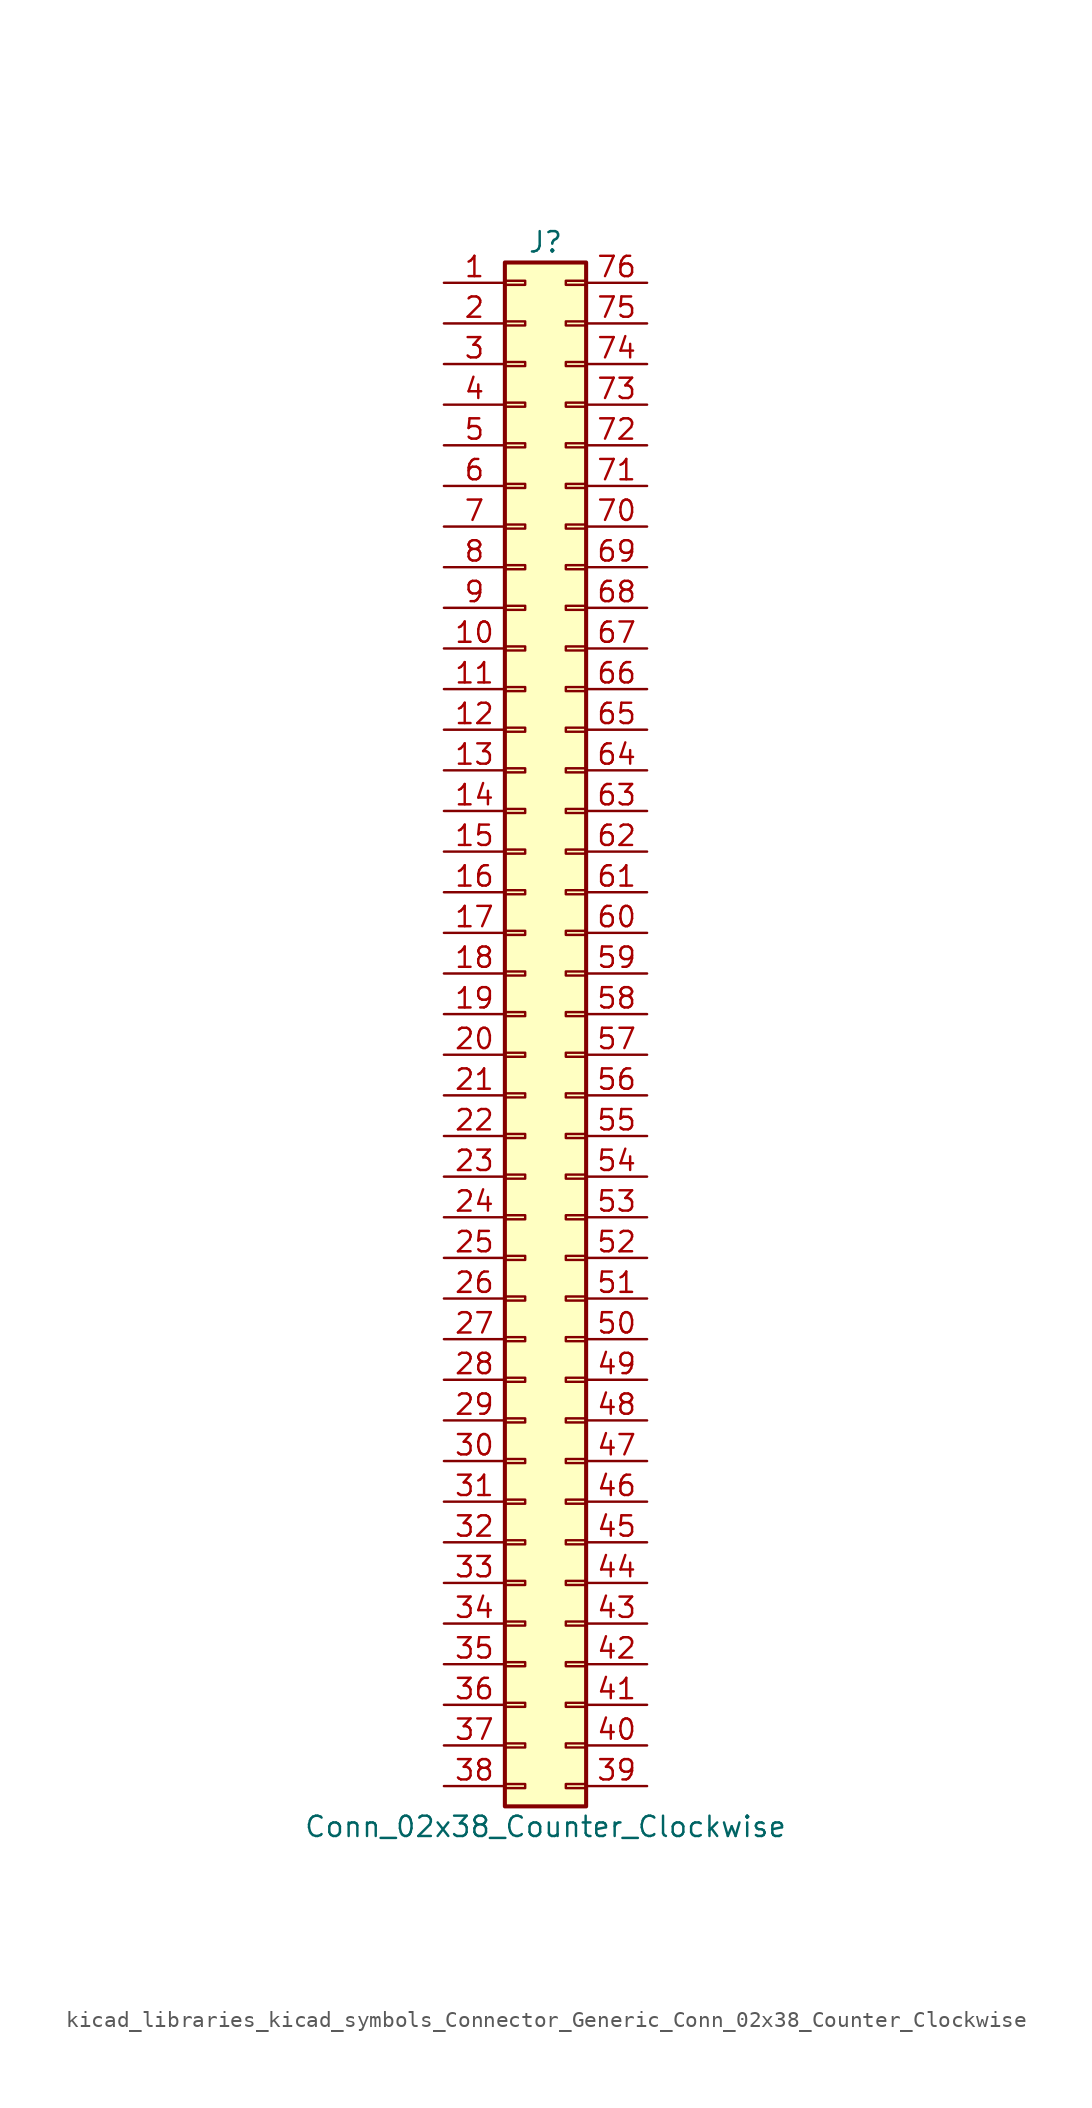
<source format=kicad_sym>
(kicad_symbol_lib
  (version 20220914)
  (generator kicad_symbol_editor)
  (symbol "kicad_libraries_kicad_symbols_Connector_Generic_Conn_02x38_Counter_Clockwise"
    (pin_names
      (offset 1.016) hide)
    (property "Reference" "J"
      (at 1.27 48.26 0)
      (effects (font (size 1.27 1.27))))
    (property "Value" "Conn_02x38_Counter_Clockwise"
      (at 1.27 -50.8 0)
      (effects (font (size 1.27 1.27))))
    (symbol "kicad_libraries_kicad_symbols_Connector_Generic_Conn_02x38_Counter_Clockwise_1_1"
      (rectangle (start -1.27 -48.133) (end 0 -48.387) (stroke (width 0.152) (type default)) (fill (type none)))
      (rectangle (start -1.27 -45.593) (end 0 -45.847) (stroke (width 0.152) (type default)) (fill (type none)))
      (rectangle (start -1.27 -43.053) (end 0 -43.307) (stroke (width 0.152) (type default)) (fill (type none)))
      (rectangle (start -1.27 -40.513) (end 0 -40.767) (stroke (width 0.152) (type default)) (fill (type none)))
      (rectangle (start -1.27 -37.973) (end 0 -38.227) (stroke (width 0.152) (type default)) (fill (type none)))
      (rectangle (start -1.27 -35.433) (end 0 -35.687) (stroke (width 0.152) (type default)) (fill (type none)))
      (rectangle (start -1.27 -32.893) (end 0 -33.147) (stroke (width 0.152) (type default)) (fill (type none)))
      (rectangle (start -1.27 -30.353) (end 0 -30.607) (stroke (width 0.152) (type default)) (fill (type none)))
      (rectangle (start -1.27 -27.813) (end 0 -28.067) (stroke (width 0.152) (type default)) (fill (type none)))
      (rectangle (start -1.27 -25.273) (end 0 -25.527) (stroke (width 0.152) (type default)) (fill (type none)))
      (rectangle (start -1.27 -22.733) (end 0 -22.987) (stroke (width 0.152) (type default)) (fill (type none)))
      (rectangle (start -1.27 -20.193) (end 0 -20.447) (stroke (width 0.152) (type default)) (fill (type none)))
      (rectangle (start -1.27 -17.653) (end 0 -17.907) (stroke (width 0.152) (type default)) (fill (type none)))
      (rectangle (start -1.27 -15.113) (end 0 -15.367) (stroke (width 0.152) (type default)) (fill (type none)))
      (rectangle (start -1.27 -12.573) (end 0 -12.827) (stroke (width 0.152) (type default)) (fill (type none)))
      (rectangle (start -1.27 -10.033) (end 0 -10.287) (stroke (width 0.152) (type default)) (fill (type none)))
      (rectangle (start -1.27 -7.493) (end 0 -7.747) (stroke (width 0.152) (type default)) (fill (type none)))
      (rectangle (start -1.27 -4.953) (end 0 -5.207) (stroke (width 0.152) (type default)) (fill (type none)))
      (rectangle (start -1.27 -2.413) (end 0 -2.667) (stroke (width 0.152) (type default)) (fill (type none)))
      (rectangle (start -1.27 0.127) (end 0 -0.127) (stroke (width 0.152) (type default)) (fill (type none)))
      (rectangle (start -1.27 2.667) (end 0 2.413) (stroke (width 0.152) (type default)) (fill (type none)))
      (rectangle (start -1.27 5.207) (end 0 4.953) (stroke (width 0.152) (type default)) (fill (type none)))
      (rectangle (start -1.27 7.747) (end 0 7.493) (stroke (width 0.152) (type default)) (fill (type none)))
      (rectangle (start -1.27 10.287) (end 0 10.033) (stroke (width 0.152) (type default)) (fill (type none)))
      (rectangle (start -1.27 12.827) (end 0 12.573) (stroke (width 0.152) (type default)) (fill (type none)))
      (rectangle (start -1.27 15.367) (end 0 15.113) (stroke (width 0.152) (type default)) (fill (type none)))
      (rectangle (start -1.27 17.907) (end 0 17.653) (stroke (width 0.152) (type default)) (fill (type none)))
      (rectangle (start -1.27 20.447) (end 0 20.193) (stroke (width 0.152) (type default)) (fill (type none)))
      (rectangle (start -1.27 22.987) (end 0 22.733) (stroke (width 0.152) (type default)) (fill (type none)))
      (rectangle (start -1.27 25.527) (end 0 25.273) (stroke (width 0.152) (type default)) (fill (type none)))
      (rectangle (start -1.27 28.067) (end 0 27.813) (stroke (width 0.152) (type default)) (fill (type none)))
      (rectangle (start -1.27 30.607) (end 0 30.353) (stroke (width 0.152) (type default)) (fill (type none)))
      (rectangle (start -1.27 33.147) (end 0 32.893) (stroke (width 0.152) (type default)) (fill (type none)))
      (rectangle (start -1.27 35.687) (end 0 35.433) (stroke (width 0.152) (type default)) (fill (type none)))
      (rectangle (start -1.27 38.227) (end 0 37.973) (stroke (width 0.152) (type default)) (fill (type none)))
      (rectangle (start -1.27 40.767) (end 0 40.513) (stroke (width 0.152) (type default)) (fill (type none)))
      (rectangle (start -1.27 43.307) (end 0 43.053) (stroke (width 0.152) (type default)) (fill (type none)))
      (rectangle (start -1.27 45.847) (end 0 45.593) (stroke (width 0.152) (type default)) (fill (type none)))
      (rectangle (start -1.27 46.99) (end 3.81 -49.53) (stroke (width 0.254) (type default)) (fill (type background)))
      (rectangle (start 3.81 -48.133) (end 2.54 -48.387) (stroke (width 0.152) (type default)) (fill (type none)))
      (rectangle (start 3.81 -45.593) (end 2.54 -45.847) (stroke (width 0.152) (type default)) (fill (type none)))
      (rectangle (start 3.81 -43.053) (end 2.54 -43.307) (stroke (width 0.152) (type default)) (fill (type none)))
      (rectangle (start 3.81 -40.513) (end 2.54 -40.767) (stroke (width 0.152) (type default)) (fill (type none)))
      (rectangle (start 3.81 -37.973) (end 2.54 -38.227) (stroke (width 0.152) (type default)) (fill (type none)))
      (rectangle (start 3.81 -35.433) (end 2.54 -35.687) (stroke (width 0.152) (type default)) (fill (type none)))
      (rectangle (start 3.81 -32.893) (end 2.54 -33.147) (stroke (width 0.152) (type default)) (fill (type none)))
      (rectangle (start 3.81 -30.353) (end 2.54 -30.607) (stroke (width 0.152) (type default)) (fill (type none)))
      (rectangle (start 3.81 -27.813) (end 2.54 -28.067) (stroke (width 0.152) (type default)) (fill (type none)))
      (rectangle (start 3.81 -25.273) (end 2.54 -25.527) (stroke (width 0.152) (type default)) (fill (type none)))
      (rectangle (start 3.81 -22.733) (end 2.54 -22.987) (stroke (width 0.152) (type default)) (fill (type none)))
      (rectangle (start 3.81 -20.193) (end 2.54 -20.447) (stroke (width 0.152) (type default)) (fill (type none)))
      (rectangle (start 3.81 -17.653) (end 2.54 -17.907) (stroke (width 0.152) (type default)) (fill (type none)))
      (rectangle (start 3.81 -15.113) (end 2.54 -15.367) (stroke (width 0.152) (type default)) (fill (type none)))
      (rectangle (start 3.81 -12.573) (end 2.54 -12.827) (stroke (width 0.152) (type default)) (fill (type none)))
      (rectangle (start 3.81 -10.033) (end 2.54 -10.287) (stroke (width 0.152) (type default)) (fill (type none)))
      (rectangle (start 3.81 -7.493) (end 2.54 -7.747) (stroke (width 0.152) (type default)) (fill (type none)))
      (rectangle (start 3.81 -4.953) (end 2.54 -5.207) (stroke (width 0.152) (type default)) (fill (type none)))
      (rectangle (start 3.81 -2.413) (end 2.54 -2.667) (stroke (width 0.152) (type default)) (fill (type none)))
      (rectangle (start 3.81 0.127) (end 2.54 -0.127) (stroke (width 0.152) (type default)) (fill (type none)))
      (rectangle (start 3.81 2.667) (end 2.54 2.413) (stroke (width 0.152) (type default)) (fill (type none)))
      (rectangle (start 3.81 5.207) (end 2.54 4.953) (stroke (width 0.152) (type default)) (fill (type none)))
      (rectangle (start 3.81 7.747) (end 2.54 7.493) (stroke (width 0.152) (type default)) (fill (type none)))
      (rectangle (start 3.81 10.287) (end 2.54 10.033) (stroke (width 0.152) (type default)) (fill (type none)))
      (rectangle (start 3.81 12.827) (end 2.54 12.573) (stroke (width 0.152) (type default)) (fill (type none)))
      (rectangle (start 3.81 15.367) (end 2.54 15.113) (stroke (width 0.152) (type default)) (fill (type none)))
      (rectangle (start 3.81 17.907) (end 2.54 17.653) (stroke (width 0.152) (type default)) (fill (type none)))
      (rectangle (start 3.81 20.447) (end 2.54 20.193) (stroke (width 0.152) (type default)) (fill (type none)))
      (rectangle (start 3.81 22.987) (end 2.54 22.733) (stroke (width 0.152) (type default)) (fill (type none)))
      (rectangle (start 3.81 25.527) (end 2.54 25.273) (stroke (width 0.152) (type default)) (fill (type none)))
      (rectangle (start 3.81 28.067) (end 2.54 27.813) (stroke (width 0.152) (type default)) (fill (type none)))
      (rectangle (start 3.81 30.607) (end 2.54 30.353) (stroke (width 0.152) (type default)) (fill (type none)))
      (rectangle (start 3.81 33.147) (end 2.54 32.893) (stroke (width 0.152) (type default)) (fill (type none)))
      (rectangle (start 3.81 35.687) (end 2.54 35.433) (stroke (width 0.152) (type default)) (fill (type none)))
      (rectangle (start 3.81 38.227) (end 2.54 37.973) (stroke (width 0.152) (type default)) (fill (type none)))
      (rectangle (start 3.81 40.767) (end 2.54 40.513) (stroke (width 0.152) (type default)) (fill (type none)))
      (rectangle (start 3.81 43.307) (end 2.54 43.053) (stroke (width 0.152) (type default)) (fill (type none)))
      (rectangle (start 3.81 45.847) (end 2.54 45.593) (stroke (width 0.152) (type default)) (fill (type none)))
      (pin passive line (at -5.08 45.72 0) (length 3.81) (name "Pin_1" (effects (font (size 1.27 1.27)))) (number "1" (effects (font (size 1.27 1.27)))))
      (pin passive line (at -5.08 22.86 0) (length 3.81) (name "Pin_10" (effects (font (size 1.27 1.27)))) (number "10" (effects (font (size 1.27 1.27)))))
      (pin passive line (at -5.08 20.32 0) (length 3.81) (name "Pin_11" (effects (font (size 1.27 1.27)))) (number "11" (effects (font (size 1.27 1.27)))))
      (pin passive line (at -5.08 17.78 0) (length 3.81) (name "Pin_12" (effects (font (size 1.27 1.27)))) (number "12" (effects (font (size 1.27 1.27)))))
      (pin passive line (at -5.08 15.24 0) (length 3.81) (name "Pin_13" (effects (font (size 1.27 1.27)))) (number "13" (effects (font (size 1.27 1.27)))))
      (pin passive line (at -5.08 12.7 0) (length 3.81) (name "Pin_14" (effects (font (size 1.27 1.27)))) (number "14" (effects (font (size 1.27 1.27)))))
      (pin passive line (at -5.08 10.16 0) (length 3.81) (name "Pin_15" (effects (font (size 1.27 1.27)))) (number "15" (effects (font (size 1.27 1.27)))))
      (pin passive line (at -5.08 7.62 0) (length 3.81) (name "Pin_16" (effects (font (size 1.27 1.27)))) (number "16" (effects (font (size 1.27 1.27)))))
      (pin passive line (at -5.08 5.08 0) (length 3.81) (name "Pin_17" (effects (font (size 1.27 1.27)))) (number "17" (effects (font (size 1.27 1.27)))))
      (pin passive line (at -5.08 2.54 0) (length 3.81) (name "Pin_18" (effects (font (size 1.27 1.27)))) (number "18" (effects (font (size 1.27 1.27)))))
      (pin passive line (at -5.08 0 0) (length 3.81) (name "Pin_19" (effects (font (size 1.27 1.27)))) (number "19" (effects (font (size 1.27 1.27)))))
      (pin passive line (at -5.08 43.18 0) (length 3.81) (name "Pin_2" (effects (font (size 1.27 1.27)))) (number "2" (effects (font (size 1.27 1.27)))))
      (pin passive line (at -5.08 -2.54 0) (length 3.81) (name "Pin_20" (effects (font (size 1.27 1.27)))) (number "20" (effects (font (size 1.27 1.27)))))
      (pin passive line (at -5.08 -5.08 0) (length 3.81) (name "Pin_21" (effects (font (size 1.27 1.27)))) (number "21" (effects (font (size 1.27 1.27)))))
      (pin passive line (at -5.08 -7.62 0) (length 3.81) (name "Pin_22" (effects (font (size 1.27 1.27)))) (number "22" (effects (font (size 1.27 1.27)))))
      (pin passive line (at -5.08 -10.16 0) (length 3.81) (name "Pin_23" (effects (font (size 1.27 1.27)))) (number "23" (effects (font (size 1.27 1.27)))))
      (pin passive line (at -5.08 -12.7 0) (length 3.81) (name "Pin_24" (effects (font (size 1.27 1.27)))) (number "24" (effects (font (size 1.27 1.27)))))
      (pin passive line (at -5.08 -15.24 0) (length 3.81) (name "Pin_25" (effects (font (size 1.27 1.27)))) (number "25" (effects (font (size 1.27 1.27)))))
      (pin passive line (at -5.08 -17.78 0) (length 3.81) (name "Pin_26" (effects (font (size 1.27 1.27)))) (number "26" (effects (font (size 1.27 1.27)))))
      (pin passive line (at -5.08 -20.32 0) (length 3.81) (name "Pin_27" (effects (font (size 1.27 1.27)))) (number "27" (effects (font (size 1.27 1.27)))))
      (pin passive line (at -5.08 -22.86 0) (length 3.81) (name "Pin_28" (effects (font (size 1.27 1.27)))) (number "28" (effects (font (size 1.27 1.27)))))
      (pin passive line (at -5.08 -25.4 0) (length 3.81) (name "Pin_29" (effects (font (size 1.27 1.27)))) (number "29" (effects (font (size 1.27 1.27)))))
      (pin passive line (at -5.08 40.64 0) (length 3.81) (name "Pin_3" (effects (font (size 1.27 1.27)))) (number "3" (effects (font (size 1.27 1.27)))))
      (pin passive line (at -5.08 -27.94 0) (length 3.81) (name "Pin_30" (effects (font (size 1.27 1.27)))) (number "30" (effects (font (size 1.27 1.27)))))
      (pin passive line (at -5.08 -30.48 0) (length 3.81) (name "Pin_31" (effects (font (size 1.27 1.27)))) (number "31" (effects (font (size 1.27 1.27)))))
      (pin passive line (at -5.08 -33.02 0) (length 3.81) (name "Pin_32" (effects (font (size 1.27 1.27)))) (number "32" (effects (font (size 1.27 1.27)))))
      (pin passive line (at -5.08 -35.56 0) (length 3.81) (name "Pin_33" (effects (font (size 1.27 1.27)))) (number "33" (effects (font (size 1.27 1.27)))))
      (pin passive line (at -5.08 -38.1 0) (length 3.81) (name "Pin_34" (effects (font (size 1.27 1.27)))) (number "34" (effects (font (size 1.27 1.27)))))
      (pin passive line (at -5.08 -40.64 0) (length 3.81) (name "Pin_35" (effects (font (size 1.27 1.27)))) (number "35" (effects (font (size 1.27 1.27)))))
      (pin passive line (at -5.08 -43.18 0) (length 3.81) (name "Pin_36" (effects (font (size 1.27 1.27)))) (number "36" (effects (font (size 1.27 1.27)))))
      (pin passive line (at -5.08 -45.72 0) (length 3.81) (name "Pin_37" (effects (font (size 1.27 1.27)))) (number "37" (effects (font (size 1.27 1.27)))))
      (pin passive line (at -5.08 -48.26 0) (length 3.81) (name "Pin_38" (effects (font (size 1.27 1.27)))) (number "38" (effects (font (size 1.27 1.27)))))
      (pin passive line (at 7.62 -48.26 180) (length 3.81) (name "Pin_39" (effects (font (size 1.27 1.27)))) (number "39" (effects (font (size 1.27 1.27)))))
      (pin passive line (at -5.08 38.1 0) (length 3.81) (name "Pin_4" (effects (font (size 1.27 1.27)))) (number "4" (effects (font (size 1.27 1.27)))))
      (pin passive line (at 7.62 -45.72 180) (length 3.81) (name "Pin_40" (effects (font (size 1.27 1.27)))) (number "40" (effects (font (size 1.27 1.27)))))
      (pin passive line (at 7.62 -43.18 180) (length 3.81) (name "Pin_41" (effects (font (size 1.27 1.27)))) (number "41" (effects (font (size 1.27 1.27)))))
      (pin passive line (at 7.62 -40.64 180) (length 3.81) (name "Pin_42" (effects (font (size 1.27 1.27)))) (number "42" (effects (font (size 1.27 1.27)))))
      (pin passive line (at 7.62 -38.1 180) (length 3.81) (name "Pin_43" (effects (font (size 1.27 1.27)))) (number "43" (effects (font (size 1.27 1.27)))))
      (pin passive line (at 7.62 -35.56 180) (length 3.81) (name "Pin_44" (effects (font (size 1.27 1.27)))) (number "44" (effects (font (size 1.27 1.27)))))
      (pin passive line (at 7.62 -33.02 180) (length 3.81) (name "Pin_45" (effects (font (size 1.27 1.27)))) (number "45" (effects (font (size 1.27 1.27)))))
      (pin passive line (at 7.62 -30.48 180) (length 3.81) (name "Pin_46" (effects (font (size 1.27 1.27)))) (number "46" (effects (font (size 1.27 1.27)))))
      (pin passive line (at 7.62 -27.94 180) (length 3.81) (name "Pin_47" (effects (font (size 1.27 1.27)))) (number "47" (effects (font (size 1.27 1.27)))))
      (pin passive line (at 7.62 -25.4 180) (length 3.81) (name "Pin_48" (effects (font (size 1.27 1.27)))) (number "48" (effects (font (size 1.27 1.27)))))
      (pin passive line (at 7.62 -22.86 180) (length 3.81) (name "Pin_49" (effects (font (size 1.27 1.27)))) (number "49" (effects (font (size 1.27 1.27)))))
      (pin passive line (at -5.08 35.56 0) (length 3.81) (name "Pin_5" (effects (font (size 1.27 1.27)))) (number "5" (effects (font (size 1.27 1.27)))))
      (pin passive line (at 7.62 -20.32 180) (length 3.81) (name "Pin_50" (effects (font (size 1.27 1.27)))) (number "50" (effects (font (size 1.27 1.27)))))
      (pin passive line (at 7.62 -17.78 180) (length 3.81) (name "Pin_51" (effects (font (size 1.27 1.27)))) (number "51" (effects (font (size 1.27 1.27)))))
      (pin passive line (at 7.62 -15.24 180) (length 3.81) (name "Pin_52" (effects (font (size 1.27 1.27)))) (number "52" (effects (font (size 1.27 1.27)))))
      (pin passive line (at 7.62 -12.7 180) (length 3.81) (name "Pin_53" (effects (font (size 1.27 1.27)))) (number "53" (effects (font (size 1.27 1.27)))))
      (pin passive line (at 7.62 -10.16 180) (length 3.81) (name "Pin_54" (effects (font (size 1.27 1.27)))) (number "54" (effects (font (size 1.27 1.27)))))
      (pin passive line (at 7.62 -7.62 180) (length 3.81) (name "Pin_55" (effects (font (size 1.27 1.27)))) (number "55" (effects (font (size 1.27 1.27)))))
      (pin passive line (at 7.62 -5.08 180) (length 3.81) (name "Pin_56" (effects (font (size 1.27 1.27)))) (number "56" (effects (font (size 1.27 1.27)))))
      (pin passive line (at 7.62 -2.54 180) (length 3.81) (name "Pin_57" (effects (font (size 1.27 1.27)))) (number "57" (effects (font (size 1.27 1.27)))))
      (pin passive line (at 7.62 0 180) (length 3.81) (name "Pin_58" (effects (font (size 1.27 1.27)))) (number "58" (effects (font (size 1.27 1.27)))))
      (pin passive line (at 7.62 2.54 180) (length 3.81) (name "Pin_59" (effects (font (size 1.27 1.27)))) (number "59" (effects (font (size 1.27 1.27)))))
      (pin passive line (at -5.08 33.02 0) (length 3.81) (name "Pin_6" (effects (font (size 1.27 1.27)))) (number "6" (effects (font (size 1.27 1.27)))))
      (pin passive line (at 7.62 5.08 180) (length 3.81) (name "Pin_60" (effects (font (size 1.27 1.27)))) (number "60" (effects (font (size 1.27 1.27)))))
      (pin passive line (at 7.62 7.62 180) (length 3.81) (name "Pin_61" (effects (font (size 1.27 1.27)))) (number "61" (effects (font (size 1.27 1.27)))))
      (pin passive line (at 7.62 10.16 180) (length 3.81) (name "Pin_62" (effects (font (size 1.27 1.27)))) (number "62" (effects (font (size 1.27 1.27)))))
      (pin passive line (at 7.62 12.7 180) (length 3.81) (name "Pin_63" (effects (font (size 1.27 1.27)))) (number "63" (effects (font (size 1.27 1.27)))))
      (pin passive line (at 7.62 15.24 180) (length 3.81) (name "Pin_64" (effects (font (size 1.27 1.27)))) (number "64" (effects (font (size 1.27 1.27)))))
      (pin passive line (at 7.62 17.78 180) (length 3.81) (name "Pin_65" (effects (font (size 1.27 1.27)))) (number "65" (effects (font (size 1.27 1.27)))))
      (pin passive line (at 7.62 20.32 180) (length 3.81) (name "Pin_66" (effects (font (size 1.27 1.27)))) (number "66" (effects (font (size 1.27 1.27)))))
      (pin passive line (at 7.62 22.86 180) (length 3.81) (name "Pin_67" (effects (font (size 1.27 1.27)))) (number "67" (effects (font (size 1.27 1.27)))))
      (pin passive line (at 7.62 25.4 180) (length 3.81) (name "Pin_68" (effects (font (size 1.27 1.27)))) (number "68" (effects (font (size 1.27 1.27)))))
      (pin passive line (at 7.62 27.94 180) (length 3.81) (name "Pin_69" (effects (font (size 1.27 1.27)))) (number "69" (effects (font (size 1.27 1.27)))))
      (pin passive line (at -5.08 30.48 0) (length 3.81) (name "Pin_7" (effects (font (size 1.27 1.27)))) (number "7" (effects (font (size 1.27 1.27)))))
      (pin passive line (at 7.62 30.48 180) (length 3.81) (name "Pin_70" (effects (font (size 1.27 1.27)))) (number "70" (effects (font (size 1.27 1.27)))))
      (pin passive line (at 7.62 33.02 180) (length 3.81) (name "Pin_71" (effects (font (size 1.27 1.27)))) (number "71" (effects (font (size 1.27 1.27)))))
      (pin passive line (at 7.62 35.56 180) (length 3.81) (name "Pin_72" (effects (font (size 1.27 1.27)))) (number "72" (effects (font (size 1.27 1.27)))))
      (pin passive line (at 7.62 38.1 180) (length 3.81) (name "Pin_73" (effects (font (size 1.27 1.27)))) (number "73" (effects (font (size 1.27 1.27)))))
      (pin passive line (at 7.62 40.64 180) (length 3.81) (name "Pin_74" (effects (font (size 1.27 1.27)))) (number "74" (effects (font (size 1.27 1.27)))))
      (pin passive line (at 7.62 43.18 180) (length 3.81) (name "Pin_75" (effects (font (size 1.27 1.27)))) (number "75" (effects (font (size 1.27 1.27)))))
      (pin passive line (at 7.62 45.72 180) (length 3.81) (name "Pin_76" (effects (font (size 1.27 1.27)))) (number "76" (effects (font (size 1.27 1.27)))))
      (pin passive line (at -5.08 27.94 0) (length 3.81) (name "Pin_8" (effects (font (size 1.27 1.27)))) (number "8" (effects (font (size 1.27 1.27)))))
      (pin passive line (at -5.08 25.4 0) (length 3.81) (name "Pin_9" (effects (font (size 1.27 1.27)))) (number "9" (effects (font (size 1.27 1.27))))))))
</source>
